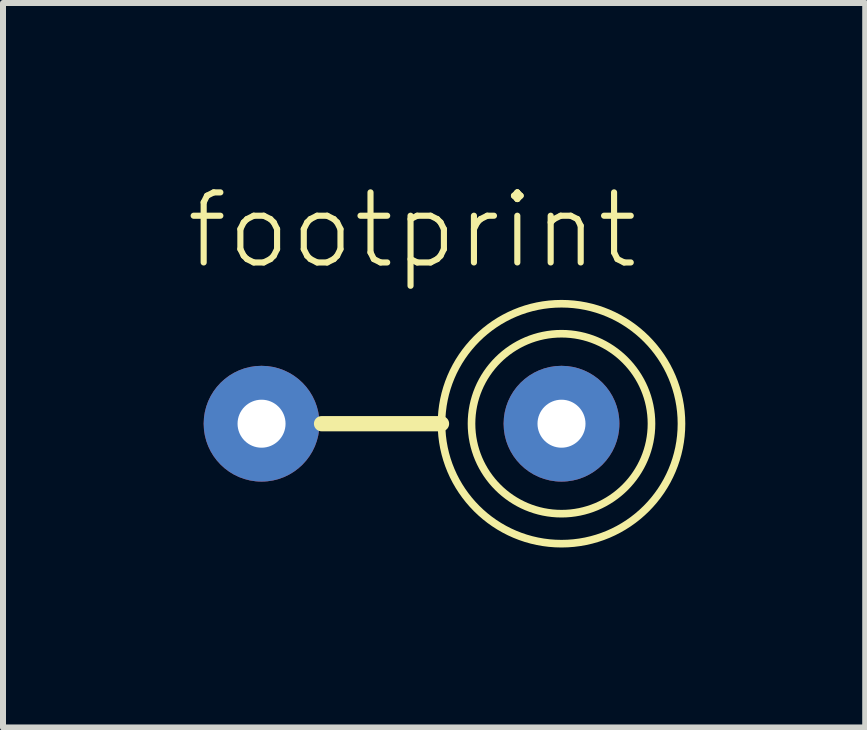
<source format=kicad_pcb>
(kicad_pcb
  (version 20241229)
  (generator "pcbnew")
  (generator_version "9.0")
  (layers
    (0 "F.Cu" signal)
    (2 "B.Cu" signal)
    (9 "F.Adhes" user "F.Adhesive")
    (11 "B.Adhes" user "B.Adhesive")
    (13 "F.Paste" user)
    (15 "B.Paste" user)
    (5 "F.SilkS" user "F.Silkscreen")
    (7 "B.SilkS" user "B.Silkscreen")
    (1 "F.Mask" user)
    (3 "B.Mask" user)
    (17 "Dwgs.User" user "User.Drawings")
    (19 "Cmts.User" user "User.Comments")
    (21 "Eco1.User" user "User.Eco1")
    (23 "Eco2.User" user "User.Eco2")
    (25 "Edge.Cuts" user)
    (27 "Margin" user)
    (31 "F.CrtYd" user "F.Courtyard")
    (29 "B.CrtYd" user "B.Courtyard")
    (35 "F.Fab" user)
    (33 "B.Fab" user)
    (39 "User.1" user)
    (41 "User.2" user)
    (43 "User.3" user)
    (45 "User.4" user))
  (footprint "footprint"
    (layer "F.Cu")
    (at 3.81 4.013)
    (property "Reference" "footprint" (at -3.81 -2.54 0) (layer "F.SilkS") (effects (font (size 1.168 1.168) (thickness 0.102)) (justify left bottom)))
    (fp_line (start 0.5 0) (end -1.5 0) (stroke (width 0.254) (type solid)) (layer "F.SilkS"))
    (fp_circle (center 2.5 0) (end 4 0) (stroke (width 0.127) (type solid)) (fill no) (layer "F.SilkS"))
    (fp_circle (center 2.5 0) (end 4.5 0) (stroke (width 0.127) (type solid)) (fill no) (layer "F.SilkS"))
    (pad "P$1" thru_hole circle (at -2.5 0) (size 1.93 1.93) (drill 0.8) (layers "*.Cu" "*.Mask"))
    (pad "P$2" thru_hole circle (at 2.5 0) (size 1.93 1.93) (drill 0.8) (layers "*.Cu" "*.Mask")))
  (gr_rect
    (start -3 -3)
    (end 11.373 9.077)
    (stroke (width 0.1) (type default))
    (fill no)
    (layer "Edge.Cuts")))
</source>
